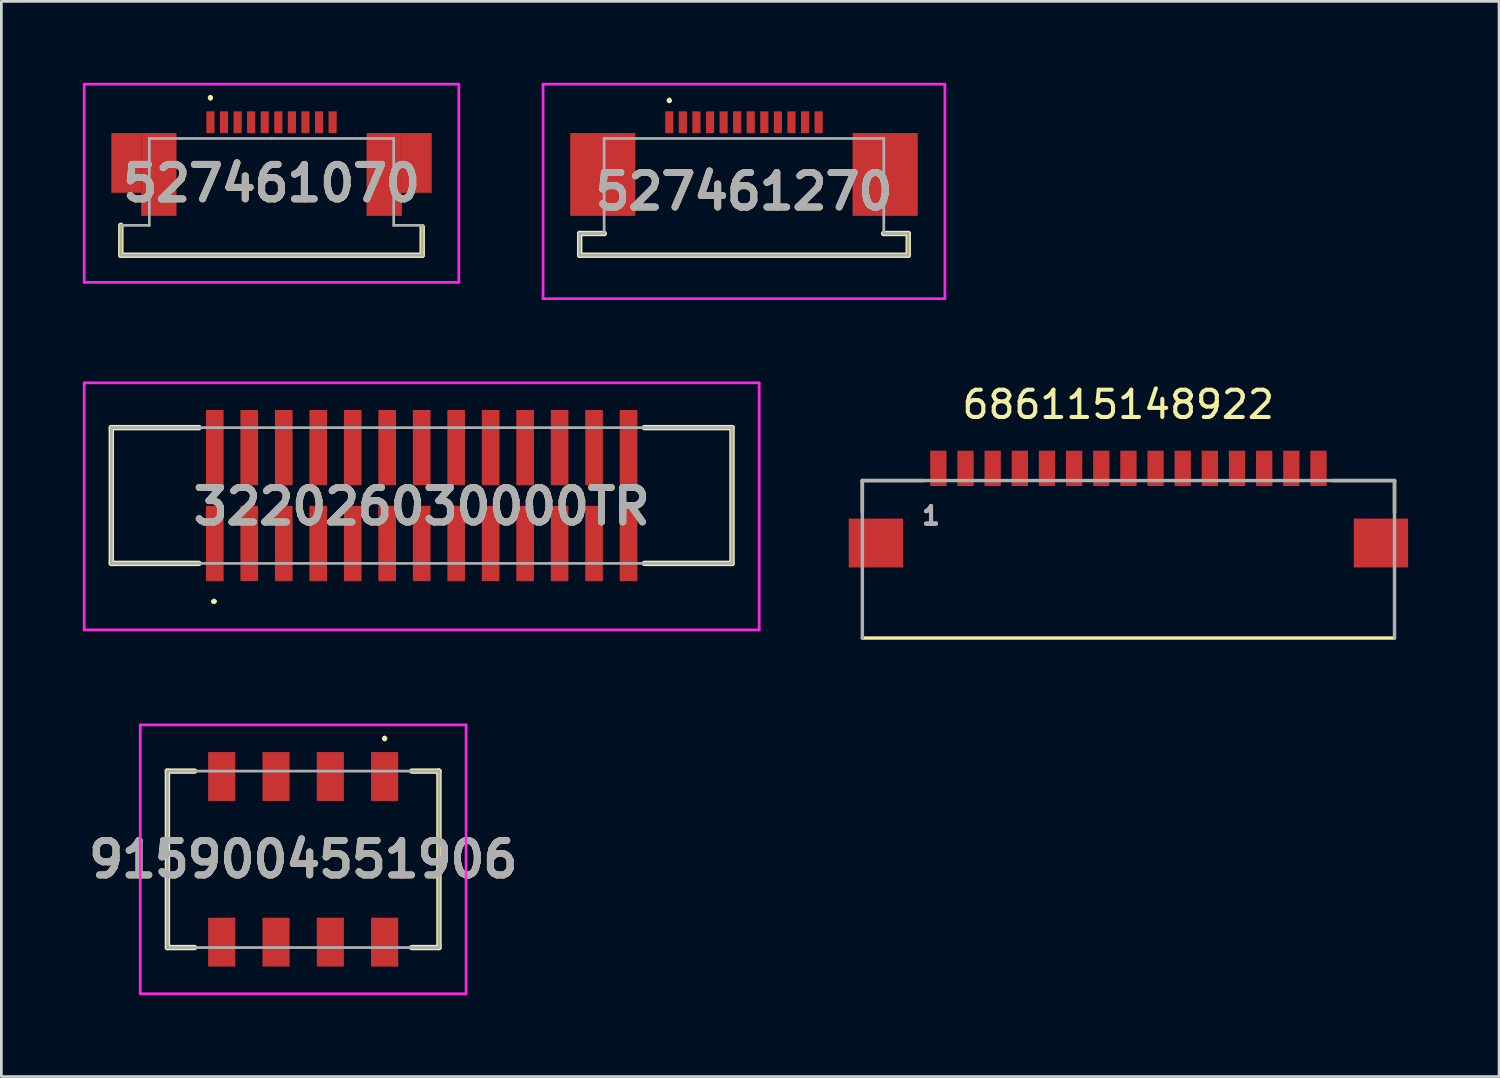
<source format=kicad_pcb>
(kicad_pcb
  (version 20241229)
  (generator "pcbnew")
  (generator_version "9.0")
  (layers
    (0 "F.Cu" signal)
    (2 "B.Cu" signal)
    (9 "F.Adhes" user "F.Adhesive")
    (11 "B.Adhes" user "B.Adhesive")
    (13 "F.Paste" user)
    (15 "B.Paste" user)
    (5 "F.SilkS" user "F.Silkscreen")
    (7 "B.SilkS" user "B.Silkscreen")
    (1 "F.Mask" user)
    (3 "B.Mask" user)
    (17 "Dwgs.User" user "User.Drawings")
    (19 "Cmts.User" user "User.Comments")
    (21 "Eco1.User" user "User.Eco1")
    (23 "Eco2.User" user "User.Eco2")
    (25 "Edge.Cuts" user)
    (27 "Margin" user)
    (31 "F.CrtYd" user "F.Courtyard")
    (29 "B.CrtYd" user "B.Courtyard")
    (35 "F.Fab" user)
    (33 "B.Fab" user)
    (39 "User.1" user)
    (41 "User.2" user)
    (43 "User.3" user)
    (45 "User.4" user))
  (footprint "9159004551906"
    (layer "F.Cu")
    (at 8.116 28.599)
    (property "Reference" "9159004551906" (at 0 0 0) (layer "F.SilkS") (effects (font (size 1.27 1.27) (thickness 0.254))))
    (attr smd)
    (fp_line (start -5 -3.25) (end -5 3.25) (stroke (width 0.2) (type solid)) (layer "F.SilkS"))
    (fp_line (start -5 3.25) (end -4 3.25) (stroke (width 0.2) (type solid)) (layer "F.SilkS"))
    (fp_line (start -4 -3.25) (end -5 -3.25) (stroke (width 0.2) (type solid)) (layer "F.SilkS"))
    (fp_line (start 3 -4.5) (end 3 -4.5) (stroke (width 0.1) (type solid)) (layer "F.SilkS"))
    (fp_line (start 3 -4.4) (end 3 -4.4) (stroke (width 0.1) (type solid)) (layer "F.SilkS"))
    (fp_line (start 4 -3.25) (end 5 -3.25) (stroke (width 0.2) (type solid)) (layer "F.SilkS"))
    (fp_line (start 5 -3.25) (end 5 3.25) (stroke (width 0.2) (type solid)) (layer "F.SilkS"))
    (fp_line (start 5 3.25) (end 4 3.25) (stroke (width 0.2) (type solid)) (layer "F.SilkS"))
    (fp_arc (start 3 -4.5) (mid 3.05 -4.45) (end 3 -4.4) (stroke (width 0.1) (type solid)) (layer "F.SilkS"))
    (fp_arc (start 3 -4.4) (mid 2.95 -4.45) (end 3 -4.5) (stroke (width 0.1) (type solid)) (layer "F.SilkS"))
    (fp_line (start -6 -4.95) (end 6 -4.95) (stroke (width 0.1) (type solid)) (layer "F.CrtYd"))
    (fp_line (start -6 4.95) (end -6 -4.95) (stroke (width 0.1) (type solid)) (layer "F.CrtYd"))
    (fp_line (start 6 -4.95) (end 6 4.95) (stroke (width 0.1) (type solid)) (layer "F.CrtYd"))
    (fp_line (start 6 4.95) (end -6 4.95) (stroke (width 0.1) (type solid)) (layer "F.CrtYd"))
    (fp_line (start -5 -3.25) (end 5 -3.25) (stroke (width 0.1) (type solid)) (layer "F.Fab"))
    (fp_line (start -5 3.25) (end -5 -3.25) (stroke (width 0.1) (type solid)) (layer "F.Fab"))
    (fp_line (start 5 -3.25) (end 5 3.25) (stroke (width 0.1) (type solid)) (layer "F.Fab"))
    (fp_line (start 5 3.25) (end -5 3.25) (stroke (width 0.1) (type solid)) (layer "F.Fab"))
    (fp_text user "${REFERENCE}" (at 0 0 0) (layer "F.Fab") (effects (font (size 1.27 1.27) (thickness 0.254))))
    (pad "1" smd rect (at 3 -3.05) (size 1 1.8) (layers "F.Cu" "F.Mask" "F.Paste"))
    (pad "2" smd rect (at 3 3.05) (size 1 1.8) (layers "F.Cu" "F.Mask" "F.Paste"))
    (pad "3" smd rect (at 1 -3.05) (size 1 1.8) (layers "F.Cu" "F.Mask" "F.Paste"))
    (pad "4" smd rect (at 1 3.05) (size 1 1.8) (layers "F.Cu" "F.Mask" "F.Paste"))
    (pad "5" smd rect (at -1 -3.05) (size 1 1.8) (layers "F.Cu" "F.Mask" "F.Paste"))
    (pad "6" smd rect (at -1 3.05) (size 1 1.8) (layers "F.Cu" "F.Mask" "F.Paste"))
    (pad "7" smd rect (at -3 -3.05) (size 1 1.8) (layers "F.Cu" "F.Mask" "F.Paste"))
    (pad "8" smd rect (at -3 3.05) (size 1 1.8) (layers "F.Cu" "F.Mask" "F.Paste")))
  (footprint "322026030000TR"
    (layer "F.Cu")
    (at 12.48 15.2)
    (property "Reference" "322026030000TR" (at 0 0.4 0) (layer "F.SilkS") (effects (font (size 1.27 1.27) (thickness 0.254))))
    (attr smd)
    (fp_line (start -11.43 -2.5) (end -11.43 2.5) (stroke (width 0.2) (type solid)) (layer "F.SilkS"))
    (fp_line (start -11.43 2.5) (end -8.2 2.5) (stroke (width 0.2) (type solid)) (layer "F.SilkS"))
    (fp_line (start -8.2 -2.5) (end -11.43 -2.5) (stroke (width 0.2) (type solid)) (layer "F.SilkS"))
    (fp_line (start -7.7 3.9) (end -7.7 3.9) (stroke (width 0.1) (type solid)) (layer "F.SilkS"))
    (fp_line (start -7.6 3.9) (end -7.6 3.9) (stroke (width 0.1) (type solid)) (layer "F.SilkS"))
    (fp_line (start 8.2 -2.5) (end 11.43 -2.5) (stroke (width 0.2) (type solid)) (layer "F.SilkS"))
    (fp_line (start 11.43 -2.5) (end 11.43 2.5) (stroke (width 0.2) (type solid)) (layer "F.SilkS"))
    (fp_line (start 11.43 2.5) (end 8.2 2.5) (stroke (width 0.2) (type solid)) (layer "F.SilkS"))
    (fp_arc (start -7.7 3.9) (mid -7.65 3.85) (end -7.6 3.9) (stroke (width 0.1) (type solid)) (layer "F.SilkS"))
    (fp_arc (start -7.6 3.9) (mid -7.65 3.95) (end -7.7 3.9) (stroke (width 0.1) (type solid)) (layer "F.SilkS"))
    (fp_line (start -12.43 -4.15) (end 12.43 -4.15) (stroke (width 0.1) (type solid)) (layer "F.CrtYd"))
    (fp_line (start -12.43 4.95) (end -12.43 -4.15) (stroke (width 0.1) (type solid)) (layer "F.CrtYd"))
    (fp_line (start 12.43 -4.15) (end 12.43 4.95) (stroke (width 0.1) (type solid)) (layer "F.CrtYd"))
    (fp_line (start 12.43 4.95) (end -12.43 4.95) (stroke (width 0.1) (type solid)) (layer "F.CrtYd"))
    (fp_line (start -11.43 -2.5) (end 11.43 -2.5) (stroke (width 0.1) (type solid)) (layer "F.Fab"))
    (fp_line (start -11.43 2.5) (end -11.43 -2.5) (stroke (width 0.1) (type solid)) (layer "F.Fab"))
    (fp_line (start 11.43 -2.5) (end 11.43 2.5) (stroke (width 0.1) (type solid)) (layer "F.Fab"))
    (fp_line (start 11.43 2.5) (end -11.43 2.5) (stroke (width 0.1) (type solid)) (layer "F.Fab"))
    (fp_text user "${REFERENCE}" (at 0 0.4 0) (layer "F.Fab") (effects (font (size 1.27 1.27) (thickness 0.254))))
    (pad "1" smd rect (at -7.62 1.765) (size 0.65 2.77) (layers "F.Cu" "F.Mask" "F.Paste"))
    (pad "2" smd rect (at -7.62 -1.765) (size 0.65 2.77) (layers "F.Cu" "F.Mask" "F.Paste"))
    (pad "3" smd rect (at -6.35 1.765) (size 0.65 2.77) (layers "F.Cu" "F.Mask" "F.Paste"))
    (pad "4" smd rect (at -6.35 -1.765) (size 0.65 2.77) (layers "F.Cu" "F.Mask" "F.Paste"))
    (pad "5" smd rect (at -5.08 1.765) (size 0.65 2.77) (layers "F.Cu" "F.Mask" "F.Paste"))
    (pad "6" smd rect (at -5.08 -1.765) (size 0.65 2.77) (layers "F.Cu" "F.Mask" "F.Paste"))
    (pad "7" smd rect (at -3.81 1.765) (size 0.65 2.77) (layers "F.Cu" "F.Mask" "F.Paste"))
    (pad "8" smd rect (at -3.81 -1.765) (size 0.65 2.77) (layers "F.Cu" "F.Mask" "F.Paste"))
    (pad "9" smd rect (at -2.54 1.765) (size 0.65 2.77) (layers "F.Cu" "F.Mask" "F.Paste"))
    (pad "10" smd rect (at -2.54 -1.765) (size 0.65 2.77) (layers "F.Cu" "F.Mask" "F.Paste"))
    (pad "11" smd rect (at -1.27 1.765) (size 0.65 2.77) (layers "F.Cu" "F.Mask" "F.Paste"))
    (pad "12" smd rect (at -1.27 -1.765) (size 0.65 2.77) (layers "F.Cu" "F.Mask" "F.Paste"))
    (pad "13" smd rect (at 0 1.765) (size 0.65 2.77) (layers "F.Cu" "F.Mask" "F.Paste"))
    (pad "14" smd rect (at 0 -1.765) (size 0.65 2.77) (layers "F.Cu" "F.Mask" "F.Paste"))
    (pad "15" smd rect (at 1.27 1.765) (size 0.65 2.77) (layers "F.Cu" "F.Mask" "F.Paste"))
    (pad "16" smd rect (at 1.27 -1.765) (size 0.65 2.77) (layers "F.Cu" "F.Mask" "F.Paste"))
    (pad "17" smd rect (at 2.54 1.765) (size 0.65 2.77) (layers "F.Cu" "F.Mask" "F.Paste"))
    (pad "18" smd rect (at 2.54 -1.765) (size 0.65 2.77) (layers "F.Cu" "F.Mask" "F.Paste"))
    (pad "19" smd rect (at 3.81 1.765) (size 0.65 2.77) (layers "F.Cu" "F.Mask" "F.Paste"))
    (pad "20" smd rect (at 3.81 -1.765) (size 0.65 2.77) (layers "F.Cu" "F.Mask" "F.Paste"))
    (pad "21" smd rect (at 5.08 1.765) (size 0.65 2.77) (layers "F.Cu" "F.Mask" "F.Paste"))
    (pad "22" smd rect (at 5.08 -1.765) (size 0.65 2.77) (layers "F.Cu" "F.Mask" "F.Paste"))
    (pad "23" smd rect (at 6.35 1.765) (size 0.65 2.77) (layers "F.Cu" "F.Mask" "F.Paste"))
    (pad "24" smd rect (at 6.35 -1.765) (size 0.65 2.77) (layers "F.Cu" "F.Mask" "F.Paste"))
    (pad "25" smd rect (at 7.62 1.765) (size 0.65 2.77) (layers "F.Cu" "F.Mask" "F.Paste"))
    (pad "26" smd rect (at 7.62 -1.765) (size 0.65 2.77) (layers "F.Cu" "F.Mask" "F.Paste")))
  (footprint "527461070"
    (layer "F.Cu")
    (at 6.95 4.2)
    (property "Reference" "527461070" (at 0 -0.5 0) (layer "F.SilkS") (effects (font (size 1.27 1.27) (thickness 0.254))))
    (attr smd)
    (fp_line (start -5.55 1.05) (end -5.55 2.15) (stroke (width 0.2) (type solid)) (layer "F.SilkS"))
    (fp_line (start -5.55 2.15) (end 5.55 2.15) (stroke (width 0.2) (type solid)) (layer "F.SilkS"))
    (fp_line (start -2.25 -3.7) (end -2.25 -3.7) (stroke (width 0.1) (type solid)) (layer "F.SilkS"))
    (fp_line (start -2.25 -3.6) (end -2.25 -3.6) (stroke (width 0.1) (type solid)) (layer "F.SilkS"))
    (fp_line (start 5.55 2.15) (end 5.55 1.1) (stroke (width 0.2) (type solid)) (layer "F.SilkS"))
    (fp_arc (start -2.25 -3.7) (mid -2.2 -3.65) (end -2.25 -3.6) (stroke (width 0.1) (type solid)) (layer "F.SilkS"))
    (fp_arc (start -2.25 -3.6) (mid -2.3 -3.65) (end -2.25 -3.7) (stroke (width 0.1) (type solid)) (layer "F.SilkS"))
    (fp_line (start -6.9 -4.15) (end 6.9 -4.15) (stroke (width 0.1) (type solid)) (layer "F.CrtYd"))
    (fp_line (start -6.9 3.15) (end -6.9 -4.15) (stroke (width 0.1) (type solid)) (layer "F.CrtYd"))
    (fp_line (start 6.9 -4.15) (end 6.9 3.15) (stroke (width 0.1) (type solid)) (layer "F.CrtYd"))
    (fp_line (start 6.9 3.15) (end -6.9 3.15) (stroke (width 0.1) (type solid)) (layer "F.CrtYd"))
    (fp_line (start -5.55 1.05) (end -5.55 2.15) (stroke (width 0.1) (type solid)) (layer "F.Fab"))
    (fp_line (start -5.55 2.15) (end 5.55 2.15) (stroke (width 0.1) (type solid)) (layer "F.Fab"))
    (fp_line (start -4.5 -2.15) (end -4.5 1.05) (stroke (width 0.1) (type solid)) (layer "F.Fab"))
    (fp_line (start -4.5 1.05) (end -5.55 1.05) (stroke (width 0.1) (type solid)) (layer "F.Fab"))
    (fp_line (start 0 -2.15) (end -4.5 -2.15) (stroke (width 0.1) (type solid)) (layer "F.Fab"))
    (fp_line (start 4.5 -2.15) (end 0 -2.15) (stroke (width 0.1) (type solid)) (layer "F.Fab"))
    (fp_line (start 4.5 1.05) (end 4.5 -2.15) (stroke (width 0.1) (type solid)) (layer "F.Fab"))
    (fp_line (start 5.55 1.05) (end 4.5 1.05) (stroke (width 0.1) (type solid)) (layer "F.Fab"))
    (fp_line (start 5.55 2.15) (end 5.55 1.05) (stroke (width 0.1) (type solid)) (layer "F.Fab"))
    (fp_text user "${REFERENCE}" (at 0 -0.5 0) (layer "F.Fab") (effects (font (size 1.27 1.27) (thickness 0.254))))
    (pad "1" smd rect (at -2.25 -2.75) (size 0.3 0.8) (layers "F.Cu" "F.Mask" "F.Paste"))
    (pad "2" smd rect (at -1.75 -2.75) (size 0.3 0.8) (layers "F.Cu" "F.Mask" "F.Paste"))
    (pad "3" smd rect (at -1.25 -2.75) (size 0.3 0.8) (layers "F.Cu" "F.Mask" "F.Paste"))
    (pad "4" smd rect (at -0.75 -2.75) (size 0.3 0.8) (layers "F.Cu" "F.Mask" "F.Paste"))
    (pad "5" smd rect (at -0.25 -2.75) (size 0.3 0.8) (layers "F.Cu" "F.Mask" "F.Paste"))
    (pad "6" smd rect (at 0.25 -2.75) (size 0.3 0.8) (layers "F.Cu" "F.Mask" "F.Paste"))
    (pad "7" smd rect (at 0.75 -2.75) (size 0.3 0.8) (layers "F.Cu" "F.Mask" "F.Paste"))
    (pad "8" smd rect (at 1.25 -2.75) (size 0.3 0.8) (layers "F.Cu" "F.Mask" "F.Paste"))
    (pad "9" smd rect (at 1.75 -2.75) (size 0.3 0.8) (layers "F.Cu" "F.Mask" "F.Paste"))
    (pad "10" smd rect (at 2.25 -2.75) (size 0.3 0.8) (layers "F.Cu" "F.Mask" "F.Paste"))
    (pad "MP1" smd rect (at -5.35 -1.25) (size 1.1 2.2) (layers "F.Cu" "F.Mask" "F.Paste"))
    (pad "MP2" smd rect (at -4.15 -0.825) (size 1.3 3.05) (layers "F.Cu" "F.Mask" "F.Paste"))
    (pad "MP3" smd rect (at 4.15 -0.825) (size 1.3 3.05) (layers "F.Cu" "F.Mask" "F.Paste"))
    (pad "MP4" smd rect (at 5.35 -1.25) (size 1.1 2.2) (layers "F.Cu" "F.Mask" "F.Paste")))
  (footprint "527461270"
    (layer "F.Cu")
    (at 24.35 4)
    (property "Reference" "527461270" (at 0 0 0) (layer "F.SilkS") (effects (font (size 1.27 1.27) (thickness 0.254))))
    (attr smd)
    (fp_line (start -6.05 1.55) (end -6.05 2.35) (stroke (width 0.2) (type solid)) (layer "F.SilkS"))
    (fp_line (start -6.05 2.35) (end 6.05 2.35) (stroke (width 0.2) (type solid)) (layer "F.SilkS"))
    (fp_line (start -5.15 1.55) (end -6.05 1.55) (stroke (width 0.2) (type solid)) (layer "F.SilkS"))
    (fp_line (start -5.15 1.55) (end -5.15 1.55) (stroke (width 0.2) (type solid)) (layer "F.SilkS"))
    (fp_line (start -2.75 -3.4) (end -2.75 -3.4) (stroke (width 0.1) (type solid)) (layer "F.SilkS"))
    (fp_line (start -2.75 -3.3) (end -2.75 -3.3) (stroke (width 0.1) (type solid)) (layer "F.SilkS"))
    (fp_line (start 5.15 1.55) (end 5.15 1.55) (stroke (width 0.2) (type solid)) (layer "F.SilkS"))
    (fp_line (start 6.05 1.55) (end 5.15 1.55) (stroke (width 0.2) (type solid)) (layer "F.SilkS"))
    (fp_line (start 6.05 2.35) (end 6.05 1.55) (stroke (width 0.2) (type solid)) (layer "F.SilkS"))
    (fp_arc (start -2.75 -3.4) (mid -2.7 -3.35) (end -2.75 -3.3) (stroke (width 0.1) (type solid)) (layer "F.SilkS"))
    (fp_arc (start -2.75 -3.3) (mid -2.8 -3.35) (end -2.75 -3.4) (stroke (width 0.1) (type solid)) (layer "F.SilkS"))
    (fp_line (start -7.4 -3.95) (end 7.4 -3.95) (stroke (width 0.1) (type solid)) (layer "F.CrtYd"))
    (fp_line (start -7.4 3.95) (end -7.4 -3.95) (stroke (width 0.1) (type solid)) (layer "F.CrtYd"))
    (fp_line (start 7.4 -3.95) (end 7.4 3.95) (stroke (width 0.1) (type solid)) (layer "F.CrtYd"))
    (fp_line (start 7.4 3.95) (end -7.4 3.95) (stroke (width 0.1) (type solid)) (layer "F.CrtYd"))
    (fp_line (start -6.05 1.55) (end -5.15 1.55) (stroke (width 0.1) (type solid)) (layer "F.Fab"))
    (fp_line (start -6.05 2.35) (end -6.05 1.55) (stroke (width 0.1) (type solid)) (layer "F.Fab"))
    (fp_line (start -5.15 -1.95) (end 5.15 -1.95) (stroke (width 0.1) (type solid)) (layer "F.Fab"))
    (fp_line (start -5.15 1.55) (end -5.15 -1.95) (stroke (width 0.1) (type solid)) (layer "F.Fab"))
    (fp_line (start 0 2.35) (end -6.05 2.35) (stroke (width 0.1) (type solid)) (layer "F.Fab"))
    (fp_line (start 5.15 -1.95) (end 5.15 1.55) (stroke (width 0.1) (type solid)) (layer "F.Fab"))
    (fp_line (start 5.15 1.55) (end 6.05 1.55) (stroke (width 0.1) (type solid)) (layer "F.Fab"))
    (fp_line (start 6.05 1.55) (end 6.05 2.35) (stroke (width 0.1) (type solid)) (layer "F.Fab"))
    (fp_line (start 6.05 2.35) (end 0 2.35) (stroke (width 0.1) (type solid)) (layer "F.Fab"))
    (fp_text user "${REFERENCE}" (at 0 0 0) (layer "F.Fab") (effects (font (size 1.27 1.27) (thickness 0.254))))
    (pad "1" smd rect (at -2.75 -2.55) (size 0.3 0.8) (layers "F.Cu" "F.Mask" "F.Paste"))
    (pad "2" smd rect (at -2.25 -2.55) (size 0.3 0.8) (layers "F.Cu" "F.Mask" "F.Paste"))
    (pad "3" smd rect (at -1.75 -2.55) (size 0.3 0.8) (layers "F.Cu" "F.Mask" "F.Paste"))
    (pad "4" smd rect (at -1.25 -2.55) (size 0.3 0.8) (layers "F.Cu" "F.Mask" "F.Paste"))
    (pad "5" smd rect (at -0.75 -2.55) (size 0.3 0.8) (layers "F.Cu" "F.Mask" "F.Paste"))
    (pad "6" smd rect (at -0.25 -2.55) (size 0.3 0.8) (layers "F.Cu" "F.Mask" "F.Paste"))
    (pad "7" smd rect (at 0.25 -2.55) (size 0.3 0.8) (layers "F.Cu" "F.Mask" "F.Paste"))
    (pad "8" smd rect (at 0.75 -2.55) (size 0.3 0.8) (layers "F.Cu" "F.Mask" "F.Paste"))
    (pad "9" smd rect (at 1.25 -2.55) (size 0.3 0.8) (layers "F.Cu" "F.Mask" "F.Paste"))
    (pad "10" smd rect (at 1.75 -2.55) (size 0.3 0.8) (layers "F.Cu" "F.Mask" "F.Paste"))
    (pad "11" smd rect (at 2.25 -2.55) (size 0.3 0.8) (layers "F.Cu" "F.Mask" "F.Paste"))
    (pad "12" smd rect (at 2.75 -2.55) (size 0.3 0.8) (layers "F.Cu" "F.Mask" "F.Paste"))
    (pad "MP1" smd rect (at -5.2 -0.625) (size 2.4 3.05) (layers "F.Cu" "F.Mask" "F.Paste"))
    (pad "MP2" smd rect (at 5.2 -0.625) (size 2.4 3.05) (layers "F.Cu" "F.Mask" "F.Paste")))
  (footprint "686115148922"
    (layer "F.Cu")
    (at 38.51 16.949)
    (property "Reference" "686115148922" (at -0.376 -5.099 0) (layer "F.SilkS") (effects (font (size 1.003 1.003) (thickness 0.15))))
    (attr smd)
    (fp_line (start -9.8 -2.3) (end -9.8 -1.14) (stroke (width 0.127) (type solid)) (layer "F.SilkS"))
    (fp_line (start -7.53 -2.3) (end -9.8 -2.3) (stroke (width 0.127) (type solid)) (layer "F.SilkS"))
    (fp_line (start 7.52 -2.3) (end 9.8 -2.3) (stroke (width 0.127) (type solid)) (layer "F.SilkS"))
    (fp_line (start 9.8 -2.3) (end 9.8 -1.11) (stroke (width 0.127) (type solid)) (layer "F.SilkS"))
    (fp_line (start 9.8 3.5) (end -9.8 3.5) (stroke (width 0.127) (type solid)) (layer "F.SilkS"))
    (fp_rect (start 10.6 3.6) (end -10.5 -3.6) (stroke (width 0.1) (type default)) (fill no) (layer "Margin"))
    (fp_line (start -9.8 -2.3) (end 9.8 -2.3) (stroke (width 0.127) (type solid)) (layer "F.Fab"))
    (fp_line (start -9.8 3.5) (end -9.8 -2.3) (stroke (width 0.127) (type solid)) (layer "F.Fab"))
    (fp_line (start 9.8 -2.3) (end 9.8 3.5) (stroke (width 0.127) (type solid)) (layer "F.Fab"))
    (fp_text user "1" (at -7.271 -1.003 0) (layer "F.SilkS") (effects (font (size 0.642 0.642) (thickness 0.15))))
    (fp_text user "1" (at -7.271 -1.003 0) (layer "F.Fab") (effects (font (size 0.642 0.642) (thickness 0.15))))
    (pad "1" smd rect (at -7 -2.75) (size 0.6 1.3) (layers "F.Cu" "F.Mask" "F.Paste"))
    (pad "2" smd rect (at -6 -2.75) (size 0.6 1.3) (layers "F.Cu" "F.Mask" "F.Paste"))
    (pad "3" smd rect (at -5 -2.75) (size 0.6 1.3) (layers "F.Cu" "F.Mask" "F.Paste"))
    (pad "4" smd rect (at -4 -2.75) (size 0.6 1.3) (layers "F.Cu" "F.Mask" "F.Paste"))
    (pad "5" smd rect (at -3 -2.75) (size 0.6 1.3) (layers "F.Cu" "F.Mask" "F.Paste"))
    (pad "6" smd rect (at -2 -2.75) (size 0.6 1.3) (layers "F.Cu" "F.Mask" "F.Paste"))
    (pad "7" smd rect (at -1 -2.75) (size 0.6 1.3) (layers "F.Cu" "F.Mask" "F.Paste"))
    (pad "8" smd rect (at 0 -2.75) (size 0.6 1.3) (layers "F.Cu" "F.Mask" "F.Paste"))
    (pad "9" smd rect (at 1 -2.75) (size 0.6 1.3) (layers "F.Cu" "F.Mask" "F.Paste"))
    (pad "10" smd rect (at 2 -2.75) (size 0.6 1.3) (layers "F.Cu" "F.Mask" "F.Paste"))
    (pad "11" smd rect (at 3 -2.75) (size 0.6 1.3) (layers "F.Cu" "F.Mask" "F.Paste"))
    (pad "12" smd rect (at 4 -2.75) (size 0.6 1.3) (layers "F.Cu" "F.Mask" "F.Paste"))
    (pad "13" smd rect (at 5 -2.75) (size 0.6 1.3) (layers "F.Cu" "F.Mask" "F.Paste"))
    (pad "14" smd rect (at 6 -2.75) (size 0.6 1.3) (layers "F.Cu" "F.Mask" "F.Paste"))
    (pad "15" smd rect (at 7 -2.75) (size 0.6 1.3) (layers "F.Cu" "F.Mask" "F.Paste"))
    (pad "Z1" smd rect (at -9.3 0) (size 2 1.8) (layers "F.Cu" "F.Mask" "F.Paste"))
    (pad "Z2" smd rect (at 9.3 0) (size 2 1.8) (layers "F.Cu" "F.Mask" "F.Paste")))
  (gr_rect
    (start -3 -3)
    (end 52.16 36.599)
    (stroke (width 0.1) (type default))
    (fill no)
    (layer "Edge.Cuts")))
</source>
